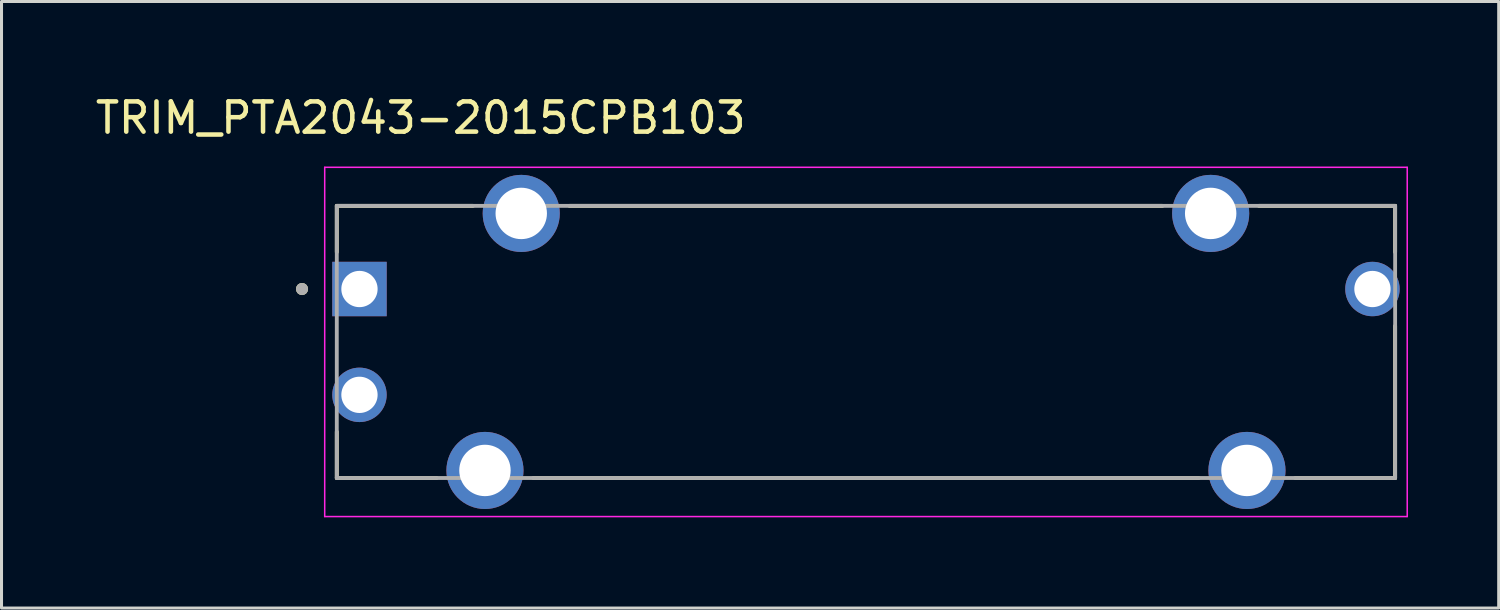
<source format=kicad_pcb>
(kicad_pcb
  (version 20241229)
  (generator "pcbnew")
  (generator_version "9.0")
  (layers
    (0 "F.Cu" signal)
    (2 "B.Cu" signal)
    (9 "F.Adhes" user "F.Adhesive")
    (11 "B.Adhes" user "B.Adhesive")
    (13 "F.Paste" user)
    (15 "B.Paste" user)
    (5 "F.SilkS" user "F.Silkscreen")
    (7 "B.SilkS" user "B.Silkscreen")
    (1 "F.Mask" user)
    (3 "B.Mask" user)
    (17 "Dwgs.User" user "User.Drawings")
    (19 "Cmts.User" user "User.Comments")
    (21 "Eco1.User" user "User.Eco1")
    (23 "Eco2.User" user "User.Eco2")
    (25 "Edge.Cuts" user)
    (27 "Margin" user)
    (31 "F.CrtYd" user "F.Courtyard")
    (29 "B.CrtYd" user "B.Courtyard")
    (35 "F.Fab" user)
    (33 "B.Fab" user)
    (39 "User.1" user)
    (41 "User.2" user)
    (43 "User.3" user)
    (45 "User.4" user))
  (footprint "TRIM_PTA2043-2015CPB103"
    (layer "F.Cu")
    (at 25.588 8.258)
    (property "Reference" "TRIM_PTA2043-2015CPB103" (at -14.725 -7.41 0) (layer "F.SilkS") (effects (font (size 1 1) (thickness 0.15))))
    (attr through_hole)
    (fp_line (start -17.5 -4.5) (end -17.5 -2.97) (stroke (width 0.127) (type solid)) (layer "F.SilkS"))
    (fp_line (start -17.5 -4.5) (end -12.995 -4.5) (stroke (width 0.127) (type solid)) (layer "F.SilkS"))
    (fp_line (start -17.5 4.5) (end -17.5 2.97) (stroke (width 0.127) (type solid)) (layer "F.SilkS"))
    (fp_line (start -17.5 4.5) (end -14.195 4.5) (stroke (width 0.127) (type solid)) (layer "F.SilkS"))
    (fp_line (start -11.005 4.5) (end 11.005 4.5) (stroke (width 0.127) (type solid)) (layer "F.SilkS"))
    (fp_line (start -9.805 -4.5) (end 9.805 -4.5) (stroke (width 0.127) (type solid)) (layer "F.SilkS"))
    (fp_line (start 12.995 -4.5) (end 17.5 -4.5) (stroke (width 0.127) (type solid)) (layer "F.SilkS"))
    (fp_line (start 14.195 4.5) (end 17.5 4.5) (stroke (width 0.127) (type solid)) (layer "F.SilkS"))
    (fp_line (start 17.5 -4.5) (end 17.5 -2.97) (stroke (width 0.127) (type solid)) (layer "F.SilkS"))
    (fp_line (start 17.5 4.5) (end 17.5 -0.53) (stroke (width 0.127) (type solid)) (layer "F.SilkS"))
    (fp_circle (center -18.65 -1.75) (end -18.55 -1.75) (stroke (width 0.2) (type solid)) (fill no) (layer "F.SilkS"))
    (fp_line (start -17.9 -5.775) (end -17.9 5.775) (stroke (width 0.05) (type solid)) (layer "F.CrtYd"))
    (fp_line (start -17.9 5.775) (end 17.9 5.775) (stroke (width 0.05) (type solid)) (layer "F.CrtYd"))
    (fp_line (start 17.9 -5.775) (end -17.9 -5.775) (stroke (width 0.05) (type solid)) (layer "F.CrtYd"))
    (fp_line (start 17.9 5.775) (end 17.9 -5.775) (stroke (width 0.05) (type solid)) (layer "F.CrtYd"))
    (fp_line (start -17.5 -4.5) (end -17.5 4.5) (stroke (width 0.127) (type solid)) (layer "F.Fab"))
    (fp_line (start -17.5 -4.5) (end 17.5 -4.5) (stroke (width 0.127) (type solid)) (layer "F.Fab"))
    (fp_line (start -17.5 4.5) (end 17.5 4.5) (stroke (width 0.127) (type solid)) (layer "F.Fab"))
    (fp_line (start 17.5 -4.5) (end 17.5 4.5) (stroke (width 0.127) (type solid)) (layer "F.Fab"))
    (fp_circle (center -18.65 -1.75) (end -18.55 -1.75) (stroke (width 0.2) (type solid)) (fill no) (layer "F.Fab"))
    (pad "1" thru_hole rect (at -16.75 -1.75) (size 1.8 1.8) (drill 1.2) (layers "*.Cu" "*.Mask"))
    (pad "2" thru_hole circle (at -16.75 1.75) (size 1.8 1.8) (drill 1.2) (layers "*.Cu" "*.Mask"))
    (pad "3" thru_hole circle (at 16.75 -1.75) (size 1.8 1.8) (drill 1.2) (layers "*.Cu" "*.Mask"))
    (pad "S1" thru_hole circle (at -11.4 -4.25) (size 2.55 2.55) (drill 1.7) (layers "*.Cu" "*.Mask"))
    (pad "S2" thru_hole circle (at -12.6 4.25) (size 2.55 2.55) (drill 1.7) (layers "*.Cu" "*.Mask"))
    (pad "S3" thru_hole circle (at 11.4 -4.25) (size 2.55 2.55) (drill 1.7) (layers "*.Cu" "*.Mask"))
    (pad "S4" thru_hole circle (at 12.6 4.25) (size 2.55 2.55) (drill 1.7) (layers "*.Cu" "*.Mask")))
  (gr_rect
    (start -3 -3)
    (end 46.513 17.058)
    (stroke (width 0.1) (type default))
    (fill no)
    (layer "Edge.Cuts")))
</source>
